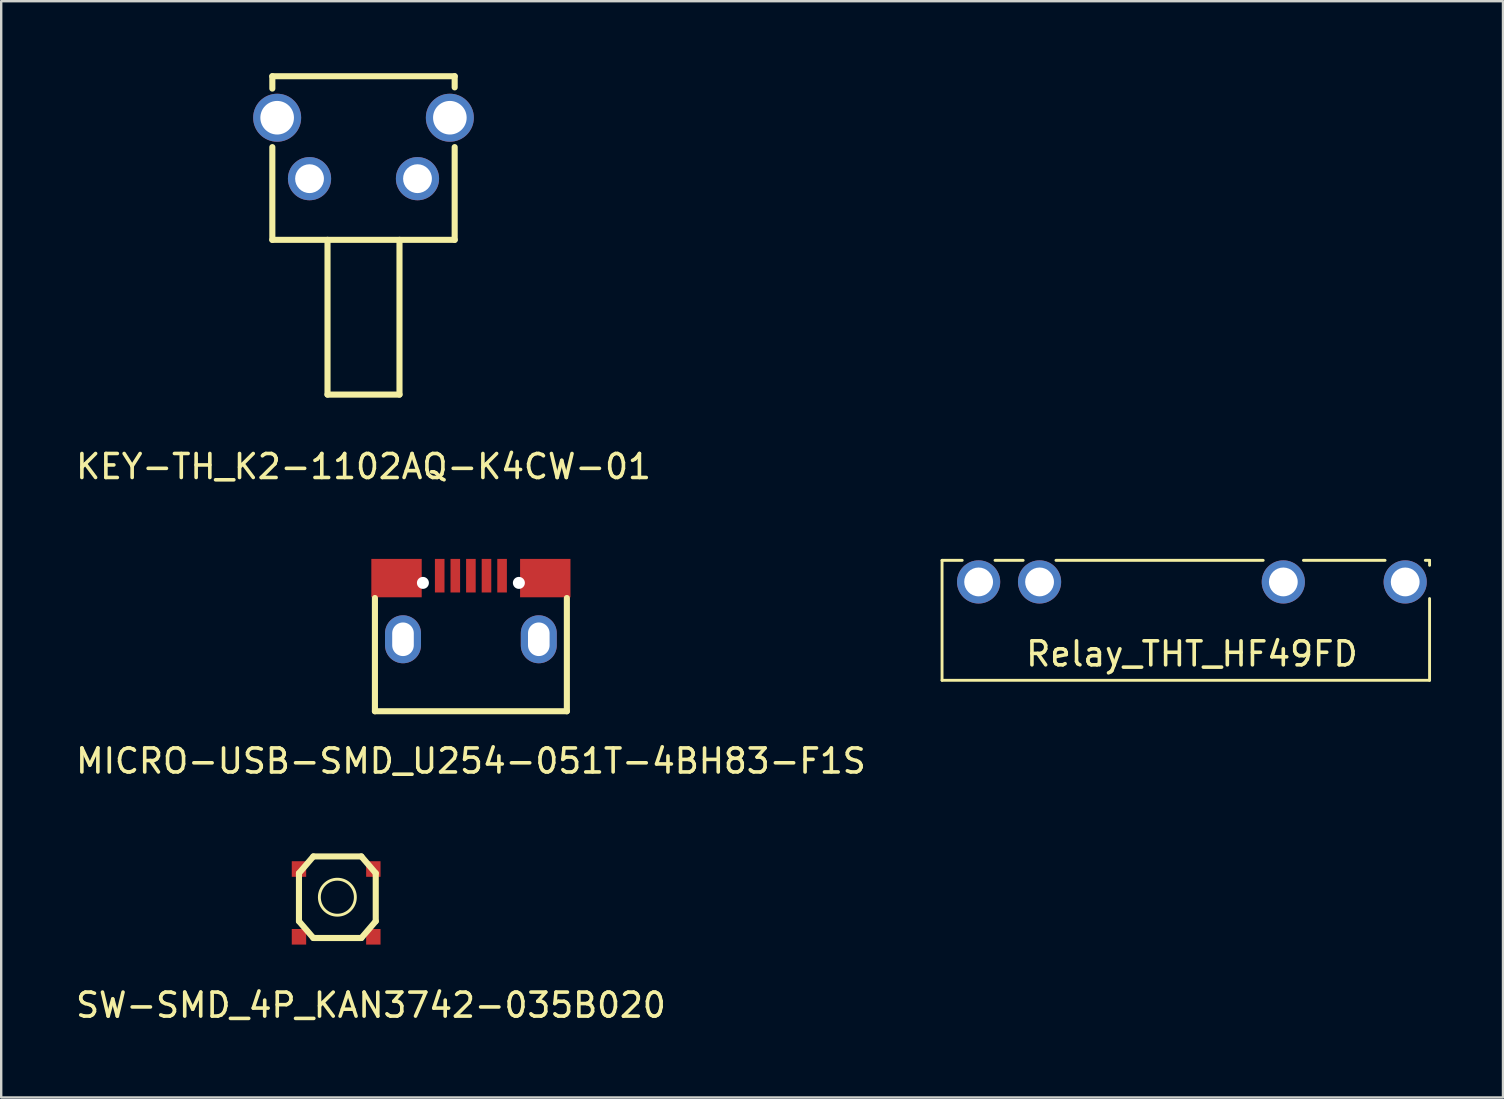
<source format=kicad_pcb>
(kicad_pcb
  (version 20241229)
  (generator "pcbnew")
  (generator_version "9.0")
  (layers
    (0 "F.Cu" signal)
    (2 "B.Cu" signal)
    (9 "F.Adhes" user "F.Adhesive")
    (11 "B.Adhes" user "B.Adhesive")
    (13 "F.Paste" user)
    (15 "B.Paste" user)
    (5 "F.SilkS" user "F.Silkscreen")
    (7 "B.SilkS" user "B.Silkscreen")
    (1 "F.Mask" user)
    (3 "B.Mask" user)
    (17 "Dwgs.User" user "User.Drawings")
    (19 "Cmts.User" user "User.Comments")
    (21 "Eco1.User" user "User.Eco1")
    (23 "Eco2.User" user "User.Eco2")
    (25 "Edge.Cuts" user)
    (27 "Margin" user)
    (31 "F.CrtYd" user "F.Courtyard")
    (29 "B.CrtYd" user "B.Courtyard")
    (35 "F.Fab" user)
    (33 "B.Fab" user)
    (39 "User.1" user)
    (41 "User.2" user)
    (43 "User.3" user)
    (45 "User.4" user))
  (footprint "Relay_THT_HF49FD"
    (layer "F.Cu")
    (at 46.629 21.205)
    (property "Reference" "Relay_THT_HF49FD" (at 0 3 0) (layer "F.SilkS") (effects (font (size 1 1) (thickness 0.15))))
    (attr through_hole)
    (fp_line (start -10.414 -0.9) (end -9.574 -0.9) (stroke (width 0.12) (type solid)) (layer "F.SilkS"))
    (fp_line (start -10.414 4.1) (end -10.414 -0.9) (stroke (width 0.12) (type solid)) (layer "F.SilkS"))
    (fp_line (start -10.414 4.1) (end 9.906 4.1) (stroke (width 0.12) (type solid)) (layer "F.SilkS"))
    (fp_line (start -8.206 -0.9) (end -7.034 -0.9) (stroke (width 0.12) (type solid)) (layer "F.SilkS"))
    (fp_line (start -5.666 -0.9) (end 2.971 -0.9) (stroke (width 0.12) (type solid)) (layer "F.SilkS"))
    (fp_line (start 4.649 -0.9) (end 8.051 -0.9) (stroke (width 0.12) (type solid)) (layer "F.SilkS"))
    (fp_line (start 9.729 -0.9) (end 9.906 -0.9) (stroke (width 0.12) (type solid)) (layer "F.SilkS"))
    (fp_line (start 9.906 -0.9) (end 9.906 -0.693) (stroke (width 0.12) (type solid)) (layer "F.SilkS"))
    (fp_line (start 9.906 4.1) (end 9.906 0.693) (stroke (width 0.12) (type solid)) (layer "F.SilkS"))
    (pad "1" thru_hole circle (at -8.89 0) (size 1.8 1.8) (drill 1.2) (layers "*.Cu" "*.Mask"))
    (pad "2" thru_hole circle (at -6.35 0) (size 1.8 1.8) (drill 1.2) (layers "*.Cu" "*.Mask"))
    (pad "3" thru_hole circle (at 3.81 0) (size 1.8 1.8) (drill 1.2) (layers "*.Cu" "*.Mask"))
    (pad "4" thru_hole circle (at 8.89 0) (size 1.8 1.8) (drill 1.2) (layers "*.Cu" "*.Mask")))
  (footprint "MICRO-USB-SMD_U254-051T-4BH83-F1S"
    (layer "F.Cu")
    (at 16.577 22.27)
    (property "Reference" "MICRO-USB-SMD_U254-051T-4BH83-F1S" (at 0 6.4 0) (layer "F.SilkS") (effects (font (size 1 1) (thickness 0.15))))
    (attr through_hole)
    (fp_line (start -4 4.325) (end -4 -0.394) (stroke (width 0.254) (type solid)) (layer "F.SilkS"))
    (fp_line (start -4 4.325) (end 4 4.325) (stroke (width 0.254) (type solid)) (layer "F.SilkS"))
    (fp_line (start 4 4.325) (end 4 -0.394) (stroke (width 0.254) (type solid)) (layer "F.SilkS"))
    (pad "" np_thru_hole circle (at -2 -1.025) (size 0.5 0.5) (drill 0.5) (layers "*.Cu" "*.Mask"))
    (pad "" np_thru_hole circle (at 2 -1.025) (size 0.5 0.5) (drill 0.5) (layers "*.Cu" "*.Mask"))
    (pad "1" smd rect (at -1.3 -1.325) (size 0.4 1.4) (layers "F.Cu" "F.Mask" "F.Paste"))
    (pad "2" smd rect (at -0.65 -1.325) (size 0.4 1.4) (layers "F.Cu" "F.Mask" "F.Paste"))
    (pad "3" smd rect (at 0 -1.325) (size 0.4 1.4) (layers "F.Cu" "F.Mask" "F.Paste"))
    (pad "4" smd rect (at 0.65 -1.325) (size 0.4 1.4) (layers "F.Cu" "F.Mask" "F.Paste"))
    (pad "5" smd rect (at 1.3 -1.325) (size 0.4 1.4) (layers "F.Cu" "F.Mask" "F.Paste"))
    (pad "6" smd rect (at 3.1 -1.225 90) (size 1.6 2.1) (layers "F.Cu" "F.Mask" "F.Paste"))
    (pad "7" smd rect (at -3.1 -1.225 90) (size 1.6 2.1) (layers "F.Cu" "F.Mask" "F.Paste"))
    (pad "8" thru_hole oval (at -2.83 1.325) (size 1.5 2) (drill oval 0.9 1.4) (layers "*.Cu" "*.Mask"))
    (pad "9" thru_hole oval (at 2.83 1.325) (size 1.5 2) (drill oval 0.9 1.4) (layers "*.Cu" "*.Mask")))
  (footprint "SW-SMD_4P_KAN3742-035B020"
    (layer "F.Cu")
    (at 12.411 38.346)
    (property "Reference" "SW-SMD_4P_KAN3742-035B020" (at 0 0.5 0) (layer "F.SilkS") (effects (font (size 1 1) (thickness 0.15))))
    (attr through_hole)
    (fp_line (start -3 -5) (end -3 -3) (stroke (width 0.254) (type solid)) (layer "F.SilkS"))
    (fp_line (start -3 -5) (end -2.4 -5.7) (stroke (width 0.254) (type solid)) (layer "F.SilkS"))
    (fp_line (start -2.4 -5.7) (end -0.4 -5.7) (stroke (width 0.254) (type solid)) (layer "F.SilkS"))
    (fp_line (start -2.4 -2.3) (end -3 -3) (stroke (width 0.254) (type solid)) (layer "F.SilkS"))
    (fp_line (start -0.4 -5.7) (end 0.2 -5) (stroke (width 0.254) (type solid)) (layer "F.SilkS"))
    (fp_line (start -0.4 -2.3) (end -2.4 -2.3) (stroke (width 0.254) (type solid)) (layer "F.SilkS"))
    (fp_line (start 0.2 -5) (end 0.2 -3) (stroke (width 0.254) (type solid)) (layer "F.SilkS"))
    (fp_line (start 0.2 -3) (end -0.4 -2.3) (stroke (width 0.254) (type solid)) (layer "F.SilkS"))
    (fp_circle (center -1.4 -4) (end -0.95 -4.6) (stroke (width 0.12) (type solid)) (fill no) (layer "F.SilkS"))
    (pad "1" smd rect (at -3 -5.175) (size 0.6 0.65) (layers "F.Cu" "F.Mask" "F.Paste"))
    (pad "2" smd rect (at 0.1 -5.175) (size 0.6 0.65) (layers "F.Cu" "F.Mask" "F.Paste"))
    (pad "3" smd rect (at -3 -2.35) (size 0.6 0.65) (layers "F.Cu" "F.Mask" "F.Paste"))
    (pad "4" smd rect (at 0.1 -2.35) (size 0.6 0.65) (layers "F.Cu" "F.Mask" "F.Paste")))
  (footprint "KEY-TH_K2-1102AQ-K4CW-01"
    (layer "F.Cu")
    (at 12.101 15.897)
    (property "Reference" "KEY-TH_K2-1102AQ-K4CW-01" (at 0 0.5 0) (layer "F.SilkS") (effects (font (size 1 1) (thickness 0.15))))
    (attr through_hole)
    (fp_line (start -3.8 -15.77) (end 3.8 -15.77) (stroke (width 0.254) (type solid)) (layer "F.SilkS"))
    (fp_line (start -3.8 -15.255) (end -3.8 -15.77) (stroke (width 0.254) (type solid)) (layer "F.SilkS"))
    (fp_line (start -3.8 -8.95) (end -3.8 -12.815) (stroke (width 0.254) (type solid)) (layer "F.SilkS"))
    (fp_line (start -3.8 -8.95) (end 3.8 -8.95) (stroke (width 0.254) (type solid)) (layer "F.SilkS"))
    (fp_line (start -1.5 -2.5) (end -1.5 -8.95) (stroke (width 0.254) (type solid)) (layer "F.SilkS"))
    (fp_line (start -1.5 -2.5) (end 1.5 -2.5) (stroke (width 0.254) (type solid)) (layer "F.SilkS"))
    (fp_line (start 1.5 -2.5) (end 1.5 -8.95) (stroke (width 0.254) (type solid)) (layer "F.SilkS"))
    (fp_line (start 3.8 -15.77) (end 3.8 -15.305) (stroke (width 0.254) (type solid)) (layer "F.SilkS"))
    (fp_line (start 3.8 -8.95) (end 3.8 -12.815) (stroke (width 0.254) (type solid)) (layer "F.SilkS"))
    (pad "1" thru_hole circle (at -2.25 -11.5) (size 1.8 1.8) (drill 1.2) (layers "*.Cu" "*.Mask"))
    (pad "2" thru_hole circle (at 2.25 -11.5) (size 1.8 1.8) (drill 1.2) (layers "*.Cu" "*.Mask"))
    (pad "3" thru_hole circle (at 3.599 -14.04) (size 2 2) (drill 1.4) (layers "*.Cu" "*.Mask"))
    (pad "4" thru_hole circle (at -3.599 -14.04) (size 2 2) (drill 1.4) (layers "*.Cu" "*.Mask")))
  (gr_rect
    (start -3 -3)
    (end 59.595 42.694)
    (stroke (width 0.1) (type default))
    (fill no)
    (layer "Edge.Cuts")))
</source>
